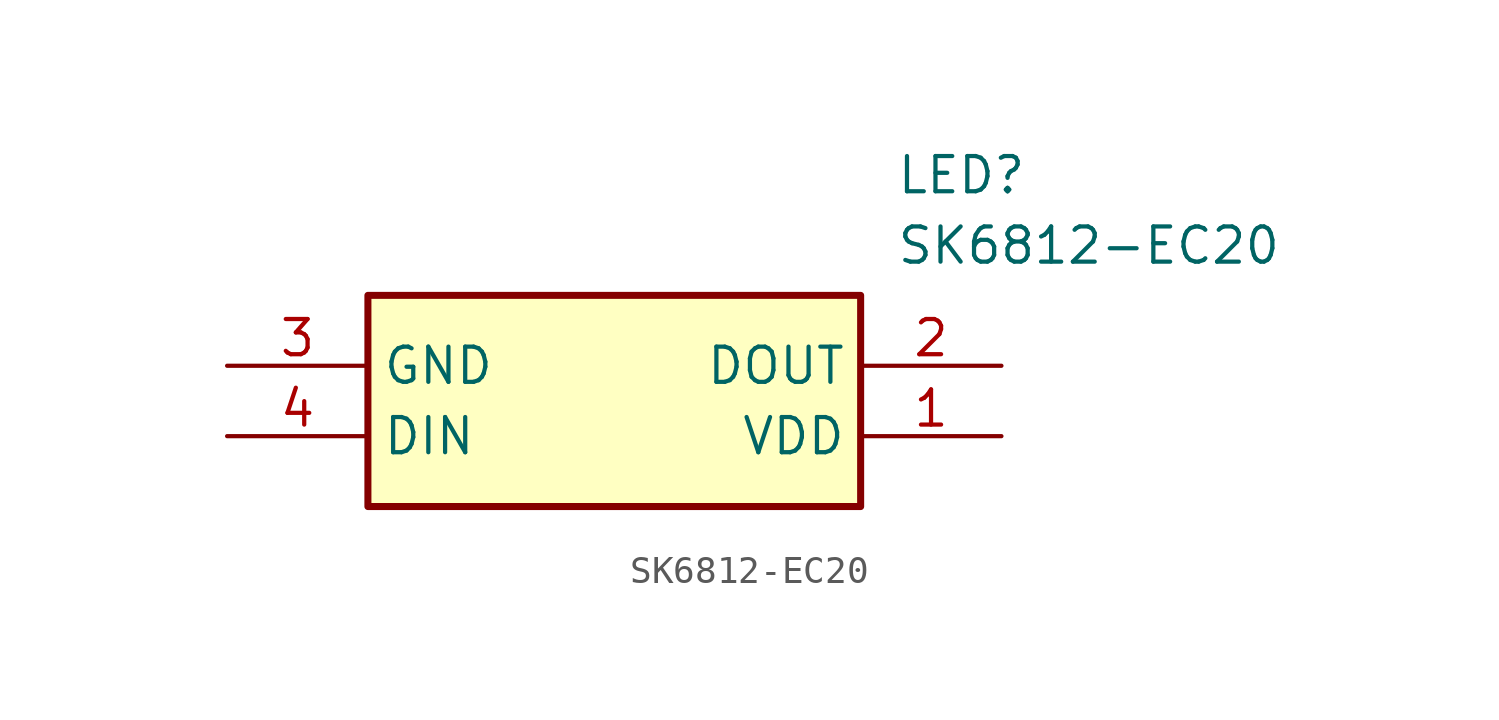
<source format=kicad_sym>
(kicad_symbol_lib
  (version 20211014)
  (generator SamacSys_ECAD_Model)
  (symbol "SK6812-EC20"
    (property "Reference" "LED"
      (at 24.13 7.62 0)
      (effects (font (size 1.27 1.27)) (justify left top)))
    (property "Value" "SK6812-EC20"
      (at 24.13 5.08 0)
      (effects (font (size 1.27 1.27)) (justify left top)))
    (rectangle
      (start 5.08 2.54)
      (end 22.86 -5.08)
      (stroke (width 0.254) (type default))
      (fill (type background)))
    (pin passive line
      (at 27.94 -2.54 180)
      (length 5.08)
      (name "VDD" (effects (font (size 1.27 1.27))))
      (number "1" (effects (font (size 1.27 1.27)))))
    (pin passive line
      (at 27.94 0 180)
      (length 5.08)
      (name "DOUT" (effects (font (size 1.27 1.27))))
      (number "2" (effects (font (size 1.27 1.27)))))
    (pin passive line
      (at 0 0 0)
      (length 5.08)
      (name "GND" (effects (font (size 1.27 1.27))))
      (number "3" (effects (font (size 1.27 1.27)))))
    (pin passive line
      (at 0 -2.54 0)
      (length 5.08)
      (name "DIN" (effects (font (size 1.27 1.27))))
      (number "4" (effects (font (size 1.27 1.27)))))))
</source>
